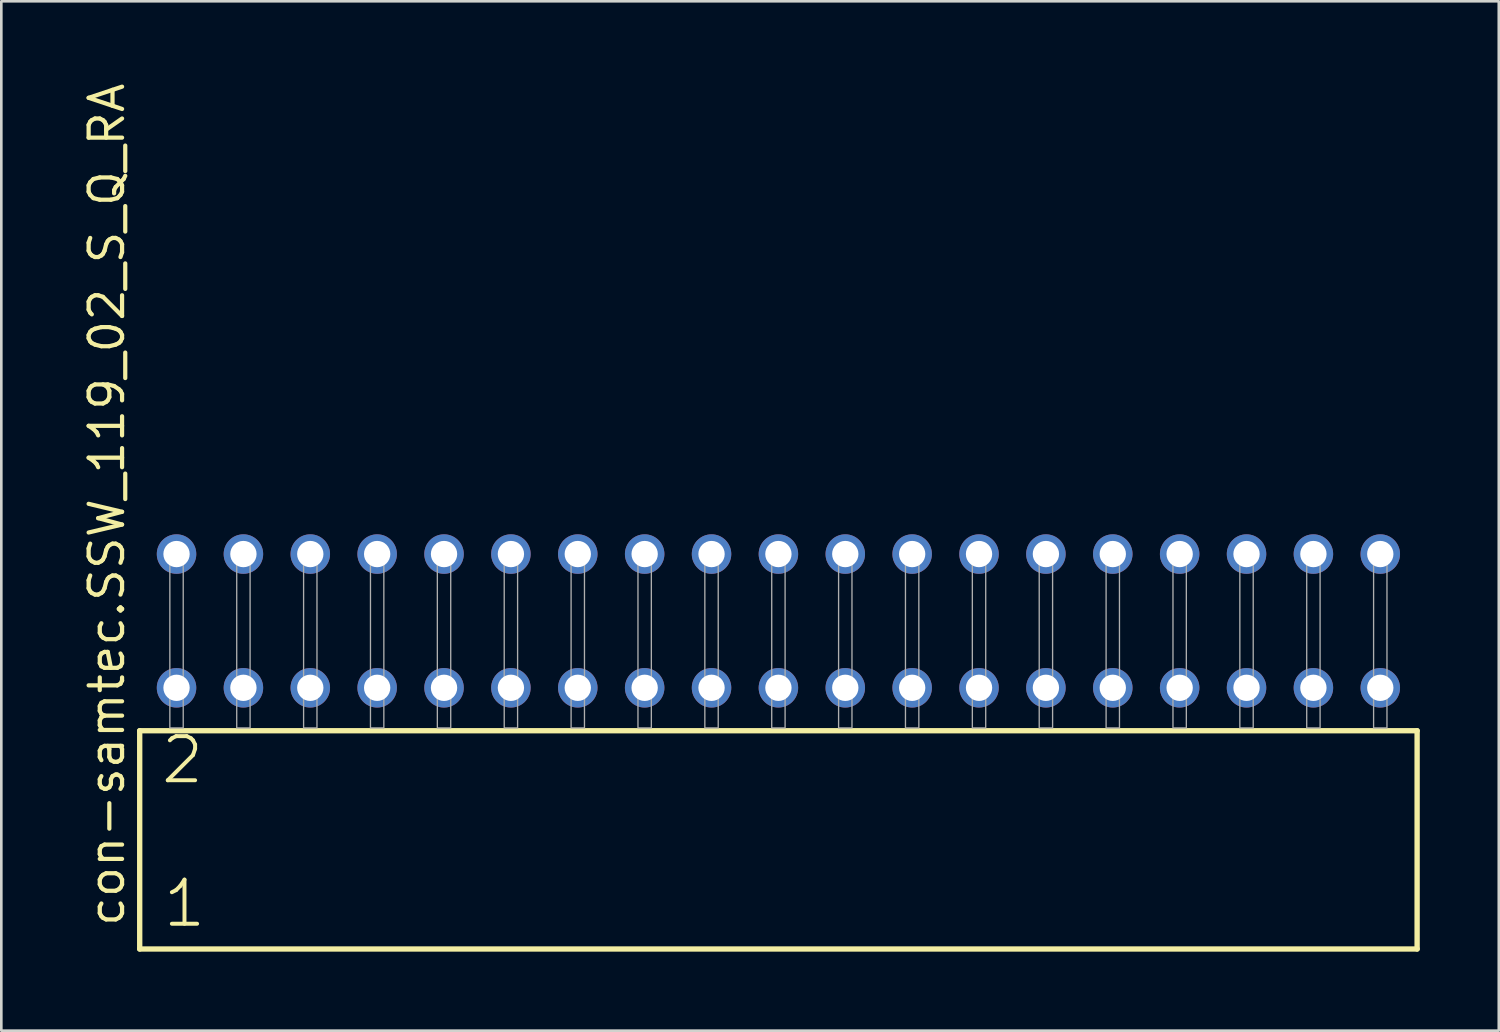
<source format=kicad_pcb>
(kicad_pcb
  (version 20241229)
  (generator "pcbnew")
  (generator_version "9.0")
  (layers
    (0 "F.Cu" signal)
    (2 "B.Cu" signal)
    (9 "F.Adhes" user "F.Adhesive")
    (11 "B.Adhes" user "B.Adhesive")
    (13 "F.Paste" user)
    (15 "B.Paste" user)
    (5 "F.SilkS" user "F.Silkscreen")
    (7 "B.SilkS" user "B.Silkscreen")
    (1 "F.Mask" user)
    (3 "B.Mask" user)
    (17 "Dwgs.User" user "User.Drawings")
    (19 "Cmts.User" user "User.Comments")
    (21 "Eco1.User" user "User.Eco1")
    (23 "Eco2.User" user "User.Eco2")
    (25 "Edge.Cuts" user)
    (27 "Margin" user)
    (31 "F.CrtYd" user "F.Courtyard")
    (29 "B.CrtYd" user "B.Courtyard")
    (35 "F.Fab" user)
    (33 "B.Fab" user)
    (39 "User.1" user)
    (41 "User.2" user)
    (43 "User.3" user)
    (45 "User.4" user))
  (footprint "con-samtec.SSW_119_02_S_Q_RA"
    (layer "F.Cu")
    (at 26.515 24.598)
    (property "Reference" "con-samtec.SSW_119_02_S_Q_RA" (at -24.765 7.62 90) (layer "F.SilkS") (effects (font (size 1.27 1.27) (thickness 0.16)) (justify left bottom)))
    (attr through_hole)
    (fp_line (start -24.259 0.106) (end -24.259 8.396) (stroke (width 0.203) (type default)) (layer "F.SilkS"))
    (fp_line (start -24.259 8.396) (end 24.259 8.396) (stroke (width 0.203) (type default)) (layer "F.SilkS"))
    (fp_line (start 24.259 0.106) (end -24.259 0.106) (stroke (width 0.203) (type default)) (layer "F.SilkS"))
    (fp_line (start 24.259 8.396) (end 24.259 0.106) (stroke (width 0.203) (type default)) (layer "F.SilkS"))
    (fp_rect (start -23.114 0) (end -22.606 -6.858) (stroke (width 0.05) (type default)) (fill no) (layer "F.Fab"))
    (fp_rect (start -20.574 0) (end -20.066 -6.858) (stroke (width 0.05) (type default)) (fill no) (layer "F.Fab"))
    (fp_rect (start -18.034 0) (end -17.526 -6.858) (stroke (width 0.05) (type default)) (fill no) (layer "F.Fab"))
    (fp_rect (start -15.494 0) (end -14.986 -6.858) (stroke (width 0.05) (type default)) (fill no) (layer "F.Fab"))
    (fp_rect (start -12.954 0) (end -12.446 -6.858) (stroke (width 0.05) (type default)) (fill no) (layer "F.Fab"))
    (fp_rect (start -10.414 0) (end -9.906 -6.858) (stroke (width 0.05) (type default)) (fill no) (layer "F.Fab"))
    (fp_rect (start -7.874 0) (end -7.366 -6.858) (stroke (width 0.05) (type default)) (fill no) (layer "F.Fab"))
    (fp_rect (start -5.334 0) (end -4.826 -6.858) (stroke (width 0.05) (type default)) (fill no) (layer "F.Fab"))
    (fp_rect (start -2.794 0) (end -2.286 -6.858) (stroke (width 0.05) (type default)) (fill no) (layer "F.Fab"))
    (fp_rect (start -0.254 0) (end 0.254 -6.858) (stroke (width 0.05) (type default)) (fill no) (layer "F.Fab"))
    (fp_rect (start 2.286 0) (end 2.794 -6.858) (stroke (width 0.05) (type default)) (fill no) (layer "F.Fab"))
    (fp_rect (start 4.826 0) (end 5.334 -6.858) (stroke (width 0.05) (type default)) (fill no) (layer "F.Fab"))
    (fp_rect (start 7.366 0) (end 7.874 -6.858) (stroke (width 0.05) (type default)) (fill no) (layer "F.Fab"))
    (fp_rect (start 9.906 0) (end 10.414 -6.858) (stroke (width 0.05) (type default)) (fill no) (layer "F.Fab"))
    (fp_rect (start 12.446 0) (end 12.954 -6.858) (stroke (width 0.05) (type default)) (fill no) (layer "F.Fab"))
    (fp_rect (start 14.986 0) (end 15.494 -6.858) (stroke (width 0.05) (type default)) (fill no) (layer "F.Fab"))
    (fp_rect (start 17.526 0) (end 18.034 -6.858) (stroke (width 0.05) (type default)) (fill no) (layer "F.Fab"))
    (fp_rect (start 20.066 0) (end 20.574 -6.858) (stroke (width 0.05) (type default)) (fill no) (layer "F.Fab"))
    (fp_rect (start 22.606 0) (end 23.114 -6.858) (stroke (width 0.05) (type default)) (fill no) (layer "F.Fab"))
    (fp_text user "2" (at -23.53 2.2 0) (layer "F.SilkS") (effects (font (size 1.676 1.676) (thickness 0.15)) (justify left bottom)))
    (fp_text user "1" (at -23.455 7.65 0) (layer "F.SilkS") (effects (font (size 1.676 1.676) (thickness 0.15)) (justify left bottom)))
    (pad "1" thru_hole circle (at -22.86 -1.524) (size 1.5 1.5) (drill 1) (layers "*.Cu" "*.Mask"))
    (pad "2" thru_hole circle (at -22.86 -6.604) (size 1.5 1.5) (drill 1) (layers "*.Cu" "*.Mask"))
    (pad "3" thru_hole circle (at -20.32 -1.524) (size 1.5 1.5) (drill 1) (layers "*.Cu" "*.Mask"))
    (pad "4" thru_hole circle (at -20.32 -6.604) (size 1.5 1.5) (drill 1) (layers "*.Cu" "*.Mask"))
    (pad "5" thru_hole circle (at -17.78 -1.524) (size 1.5 1.5) (drill 1) (layers "*.Cu" "*.Mask"))
    (pad "6" thru_hole circle (at -17.78 -6.604) (size 1.5 1.5) (drill 1) (layers "*.Cu" "*.Mask"))
    (pad "7" thru_hole circle (at -15.24 -1.524) (size 1.5 1.5) (drill 1) (layers "*.Cu" "*.Mask"))
    (pad "8" thru_hole circle (at -15.24 -6.604) (size 1.5 1.5) (drill 1) (layers "*.Cu" "*.Mask"))
    (pad "9" thru_hole circle (at -12.7 -1.524) (size 1.5 1.5) (drill 1) (layers "*.Cu" "*.Mask"))
    (pad "10" thru_hole circle (at -12.7 -6.604) (size 1.5 1.5) (drill 1) (layers "*.Cu" "*.Mask"))
    (pad "11" thru_hole circle (at -10.16 -1.524) (size 1.5 1.5) (drill 1) (layers "*.Cu" "*.Mask"))
    (pad "12" thru_hole circle (at -10.16 -6.604) (size 1.5 1.5) (drill 1) (layers "*.Cu" "*.Mask"))
    (pad "13" thru_hole circle (at -7.62 -1.524) (size 1.5 1.5) (drill 1) (layers "*.Cu" "*.Mask"))
    (pad "14" thru_hole circle (at -7.62 -6.604) (size 1.5 1.5) (drill 1) (layers "*.Cu" "*.Mask"))
    (pad "15" thru_hole circle (at -5.08 -1.524) (size 1.5 1.5) (drill 1) (layers "*.Cu" "*.Mask"))
    (pad "16" thru_hole circle (at -5.08 -6.604) (size 1.5 1.5) (drill 1) (layers "*.Cu" "*.Mask"))
    (pad "17" thru_hole circle (at -2.54 -1.524) (size 1.5 1.5) (drill 1) (layers "*.Cu" "*.Mask"))
    (pad "18" thru_hole circle (at -2.54 -6.604) (size 1.5 1.5) (drill 1) (layers "*.Cu" "*.Mask"))
    (pad "19" thru_hole circle (at 0 -1.524) (size 1.5 1.5) (drill 1) (layers "*.Cu" "*.Mask"))
    (pad "20" thru_hole circle (at 0 -6.604) (size 1.5 1.5) (drill 1) (layers "*.Cu" "*.Mask"))
    (pad "21" thru_hole circle (at 2.54 -1.524) (size 1.5 1.5) (drill 1) (layers "*.Cu" "*.Mask"))
    (pad "22" thru_hole circle (at 2.54 -6.604) (size 1.5 1.5) (drill 1) (layers "*.Cu" "*.Mask"))
    (pad "23" thru_hole circle (at 5.08 -1.524) (size 1.5 1.5) (drill 1) (layers "*.Cu" "*.Mask"))
    (pad "24" thru_hole circle (at 5.08 -6.604) (size 1.5 1.5) (drill 1) (layers "*.Cu" "*.Mask"))
    (pad "25" thru_hole circle (at 7.62 -1.524) (size 1.5 1.5) (drill 1) (layers "*.Cu" "*.Mask"))
    (pad "26" thru_hole circle (at 7.62 -6.604) (size 1.5 1.5) (drill 1) (layers "*.Cu" "*.Mask"))
    (pad "27" thru_hole circle (at 10.16 -1.524) (size 1.5 1.5) (drill 1) (layers "*.Cu" "*.Mask"))
    (pad "28" thru_hole circle (at 10.16 -6.604) (size 1.5 1.5) (drill 1) (layers "*.Cu" "*.Mask"))
    (pad "29" thru_hole circle (at 12.7 -1.524) (size 1.5 1.5) (drill 1) (layers "*.Cu" "*.Mask"))
    (pad "30" thru_hole circle (at 12.7 -6.604) (size 1.5 1.5) (drill 1) (layers "*.Cu" "*.Mask"))
    (pad "31" thru_hole circle (at 15.24 -1.524) (size 1.5 1.5) (drill 1) (layers "*.Cu" "*.Mask"))
    (pad "32" thru_hole circle (at 15.24 -6.604) (size 1.5 1.5) (drill 1) (layers "*.Cu" "*.Mask"))
    (pad "33" thru_hole circle (at 17.78 -1.524) (size 1.5 1.5) (drill 1) (layers "*.Cu" "*.Mask"))
    (pad "34" thru_hole circle (at 17.78 -6.604) (size 1.5 1.5) (drill 1) (layers "*.Cu" "*.Mask"))
    (pad "35" thru_hole circle (at 20.32 -1.524) (size 1.5 1.5) (drill 1) (layers "*.Cu" "*.Mask"))
    (pad "36" thru_hole circle (at 20.32 -6.604) (size 1.5 1.5) (drill 1) (layers "*.Cu" "*.Mask"))
    (pad "37" thru_hole circle (at 22.86 -1.524) (size 1.5 1.5) (drill 1) (layers "*.Cu" "*.Mask"))
    (pad "38" thru_hole circle (at 22.86 -6.604) (size 1.5 1.5) (drill 1) (layers "*.Cu" "*.Mask")))
  (gr_rect
    (start -3 -3)
    (end 53.876 36.096)
    (stroke (width 0.1) (type default))
    (fill no)
    (layer "Edge.Cuts")))
</source>
